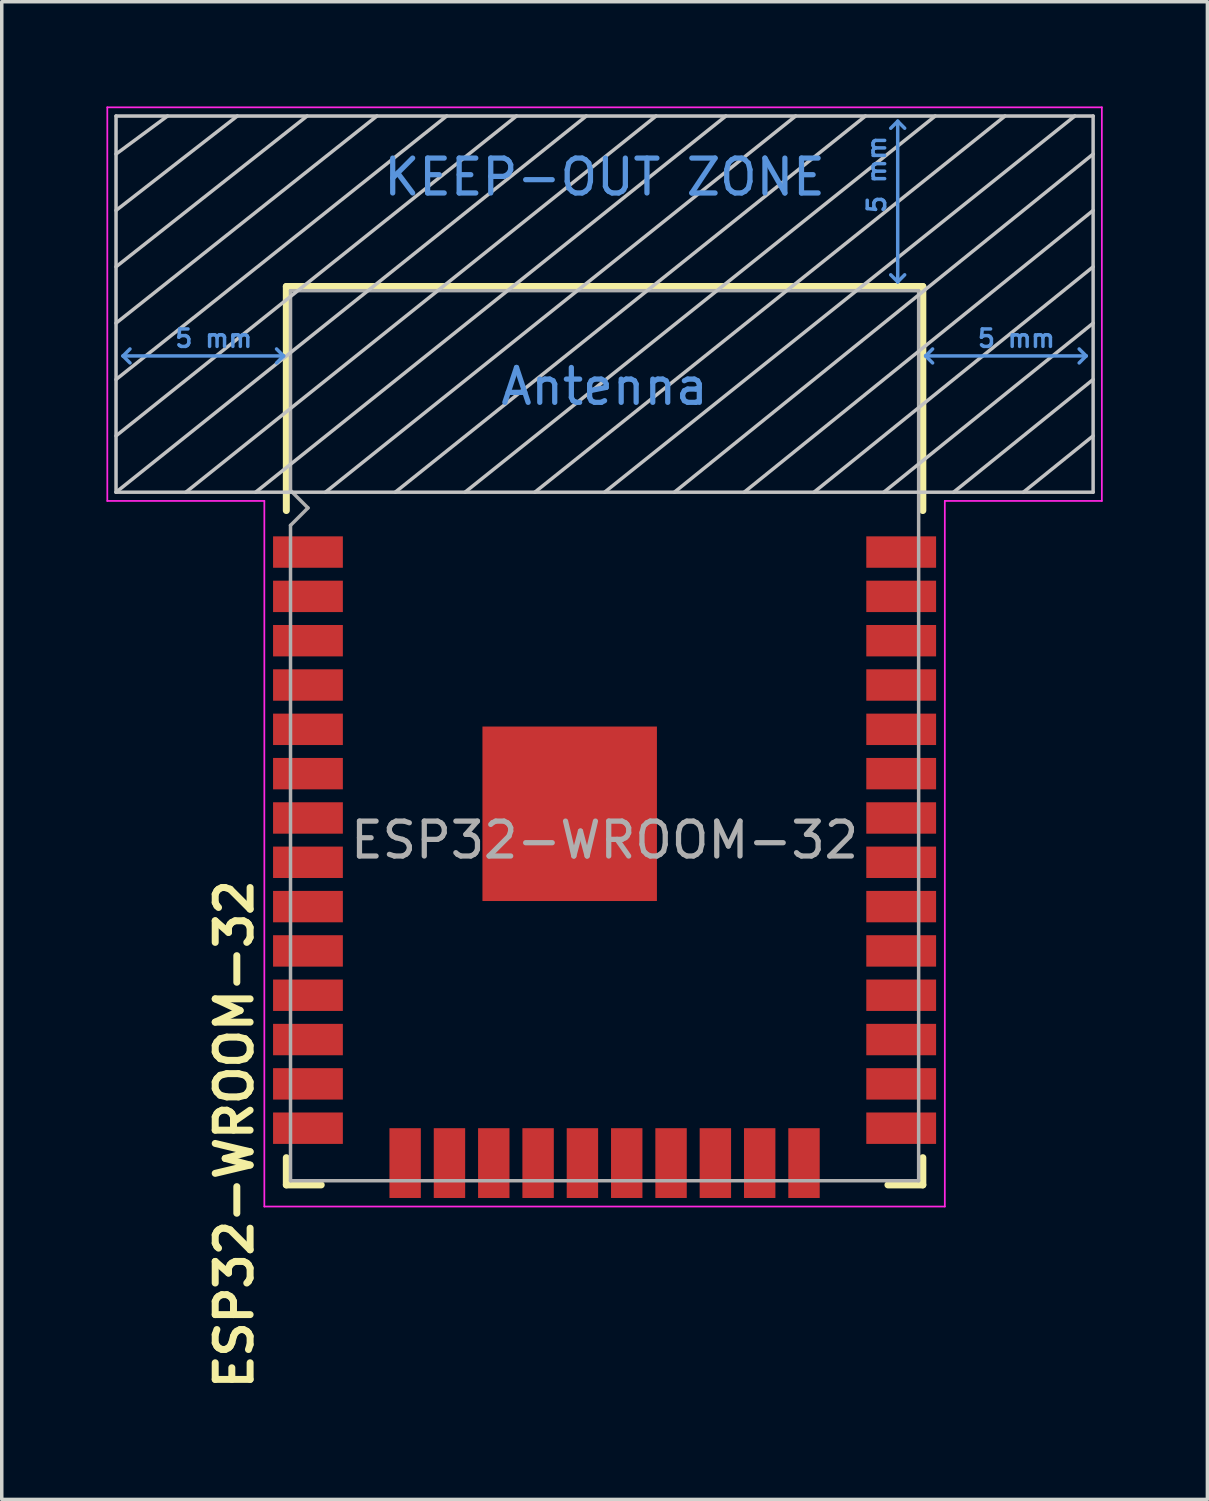
<source format=kicad_pcb>
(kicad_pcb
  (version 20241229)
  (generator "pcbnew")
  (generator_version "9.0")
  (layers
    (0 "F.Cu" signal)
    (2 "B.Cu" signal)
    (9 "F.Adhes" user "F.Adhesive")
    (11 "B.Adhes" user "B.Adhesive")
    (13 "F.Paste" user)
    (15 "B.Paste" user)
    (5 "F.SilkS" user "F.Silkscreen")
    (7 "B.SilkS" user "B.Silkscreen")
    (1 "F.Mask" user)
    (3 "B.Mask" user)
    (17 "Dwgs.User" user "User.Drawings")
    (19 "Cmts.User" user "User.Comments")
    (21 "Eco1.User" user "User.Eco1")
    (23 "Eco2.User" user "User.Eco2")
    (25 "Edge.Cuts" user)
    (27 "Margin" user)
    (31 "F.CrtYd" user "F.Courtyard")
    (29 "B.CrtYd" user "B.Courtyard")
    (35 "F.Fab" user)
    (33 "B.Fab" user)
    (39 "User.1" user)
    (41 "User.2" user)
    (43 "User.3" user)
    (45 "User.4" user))
  (footprint "ESP32-WROOM-32"
    (layer "F.Cu")
    (at 14.275 21.025)
    (property "Reference" "ESP32-WROOM-32" (at -10.61 8.43 90) (layer "F.SilkS") (effects (font (size 1 1) (thickness 0.2))))
    (attr smd)
    (fp_line (start -9.12 -15.865) (end -9.12 -9.445) (stroke (width 0.2) (type solid)) (layer "F.SilkS"))
    (fp_line (start -9.12 -15.865) (end 9.12 -15.865) (stroke (width 0.2) (type solid)) (layer "F.SilkS"))
    (fp_line (start -9.12 9.1) (end -9.12 9.88) (stroke (width 0.2) (type solid)) (layer "F.SilkS"))
    (fp_line (start -9.12 9.88) (end -8.12 9.88) (stroke (width 0.2) (type solid)) (layer "F.SilkS"))
    (fp_line (start 9.12 -15.865) (end 9.12 -9.445) (stroke (width 0.2) (type solid)) (layer "F.SilkS"))
    (fp_line (start 9.12 9.1) (end 9.12 9.88) (stroke (width 0.2) (type solid)) (layer "F.SilkS"))
    (fp_line (start 9.12 9.88) (end 8.12 9.88) (stroke (width 0.2) (type solid)) (layer "F.SilkS"))
    (fp_line (start -14 -9.97) (end -14 -20.75) (stroke (width 0.1) (type solid)) (layer "Dwgs.User"))
    (fp_line (start -12.525 -20.75) (end -14 -19.66) (stroke (width 0.1) (type solid)) (layer "Dwgs.User"))
    (fp_line (start -10.525 -20.75) (end -14 -18.045) (stroke (width 0.1) (type solid)) (layer "Dwgs.User"))
    (fp_line (start -8.525 -20.75) (end -14 -16.43) (stroke (width 0.1) (type solid)) (layer "Dwgs.User"))
    (fp_line (start -8 -9.97) (end 5.475 -20.75) (stroke (width 0.1) (type solid)) (layer "Dwgs.User"))
    (fp_line (start -6.525 -20.75) (end -14 -14.815) (stroke (width 0.1) (type solid)) (layer "Dwgs.User"))
    (fp_line (start -4.525 -20.75) (end -14 -13.2) (stroke (width 0.1) (type solid)) (layer "Dwgs.User"))
    (fp_line (start -2.525 -20.75) (end -14 -11.585) (stroke (width 0.1) (type solid)) (layer "Dwgs.User"))
    (fp_line (start -0.525 -20.75) (end -14 -9.97) (stroke (width 0.1) (type solid)) (layer "Dwgs.User"))
    (fp_line (start 1.475 -20.75) (end -12 -9.97) (stroke (width 0.1) (type solid)) (layer "Dwgs.User"))
    (fp_line (start 3.475 -20.75) (end -10 -9.97) (stroke (width 0.1) (type solid)) (layer "Dwgs.User"))
    (fp_line (start 7.475 -20.75) (end -6 -9.97) (stroke (width 0.1) (type solid)) (layer "Dwgs.User"))
    (fp_line (start 9.475 -20.75) (end -4 -9.97) (stroke (width 0.1) (type solid)) (layer "Dwgs.User"))
    (fp_line (start 11.475 -20.75) (end -2 -9.97) (stroke (width 0.1) (type solid)) (layer "Dwgs.User"))
    (fp_line (start 13.475 -20.75) (end 0 -9.97) (stroke (width 0.1) (type solid)) (layer "Dwgs.User"))
    (fp_line (start 14 -20.75) (end -14 -20.75) (stroke (width 0.1) (type solid)) (layer "Dwgs.User"))
    (fp_line (start 14 -19.66) (end 2 -9.97) (stroke (width 0.1) (type solid)) (layer "Dwgs.User"))
    (fp_line (start 14 -18.045) (end 4 -9.97) (stroke (width 0.1) (type solid)) (layer "Dwgs.User"))
    (fp_line (start 14 -16.43) (end 6 -9.97) (stroke (width 0.1) (type solid)) (layer "Dwgs.User"))
    (fp_line (start 14 -14.815) (end 8 -9.97) (stroke (width 0.1) (type solid)) (layer "Dwgs.User"))
    (fp_line (start 14 -13.2) (end 10 -9.97) (stroke (width 0.1) (type solid)) (layer "Dwgs.User"))
    (fp_line (start 14 -11.585) (end 12 -9.97) (stroke (width 0.1) (type solid)) (layer "Dwgs.User"))
    (fp_line (start 14 -9.97) (end -14 -9.97) (stroke (width 0.1) (type solid)) (layer "Dwgs.User"))
    (fp_line (start 14 -9.97) (end 14 -20.75) (stroke (width 0.1) (type solid)) (layer "Dwgs.User"))
    (fp_line (start -13.8 -13.875) (end -13.6 -14.075) (stroke (width 0.1) (type solid)) (layer "Cmts.User"))
    (fp_line (start -13.8 -13.875) (end -13.6 -13.675) (stroke (width 0.1) (type solid)) (layer "Cmts.User"))
    (fp_line (start -13.8 -13.875) (end -9.2 -13.875) (stroke (width 0.1) (type solid)) (layer "Cmts.User"))
    (fp_line (start -9.2 -13.875) (end -9.4 -14.075) (stroke (width 0.1) (type solid)) (layer "Cmts.User"))
    (fp_line (start -9.2 -13.875) (end -9.4 -13.675) (stroke (width 0.1) (type solid)) (layer "Cmts.User"))
    (fp_line (start 8.4 -20.6) (end 8.2 -20.4) (stroke (width 0.1) (type solid)) (layer "Cmts.User"))
    (fp_line (start 8.4 -20.6) (end 8.6 -20.4) (stroke (width 0.1) (type solid)) (layer "Cmts.User"))
    (fp_line (start 8.4 -16) (end 8.2 -16.2) (stroke (width 0.1) (type solid)) (layer "Cmts.User"))
    (fp_line (start 8.4 -16) (end 8.4 -20.6) (stroke (width 0.1) (type solid)) (layer "Cmts.User"))
    (fp_line (start 8.4 -16) (end 8.6 -16.2) (stroke (width 0.1) (type solid)) (layer "Cmts.User"))
    (fp_line (start 9.2 -13.875) (end 9.4 -14.075) (stroke (width 0.1) (type solid)) (layer "Cmts.User"))
    (fp_line (start 9.2 -13.875) (end 9.4 -13.675) (stroke (width 0.1) (type solid)) (layer "Cmts.User"))
    (fp_line (start 9.2 -13.875) (end 13.8 -13.875) (stroke (width 0.1) (type solid)) (layer "Cmts.User"))
    (fp_line (start 13.8 -13.875) (end 13.6 -14.075) (stroke (width 0.1) (type solid)) (layer "Cmts.User"))
    (fp_line (start 13.8 -13.875) (end 13.6 -13.675) (stroke (width 0.1) (type solid)) (layer "Cmts.User"))
    (fp_line (start -14.25 -21) (end -14.25 -9.72) (stroke (width 0.05) (type solid)) (layer "F.CrtYd"))
    (fp_line (start -14.25 -21) (end 14.25 -21) (stroke (width 0.05) (type solid)) (layer "F.CrtYd"))
    (fp_line (start -14.25 -9.72) (end -9.75 -9.72) (stroke (width 0.05) (type solid)) (layer "F.CrtYd"))
    (fp_line (start -9.75 10.5) (end -9.75 -9.72) (stroke (width 0.05) (type solid)) (layer "F.CrtYd"))
    (fp_line (start -9.75 10.5) (end 9.75 10.5) (stroke (width 0.05) (type solid)) (layer "F.CrtYd"))
    (fp_line (start 9.75 -9.72) (end 9.75 10.5) (stroke (width 0.05) (type solid)) (layer "F.CrtYd"))
    (fp_line (start 9.75 -9.72) (end 14.25 -9.72) (stroke (width 0.05) (type solid)) (layer "F.CrtYd"))
    (fp_line (start 14.25 -21) (end 14.25 -9.72) (stroke (width 0.05) (type solid)) (layer "F.CrtYd"))
    (fp_line (start -9 -15.745) (end -9 -10.02) (stroke (width 0.1) (type solid)) (layer "F.Fab"))
    (fp_line (start -9 -15.745) (end 9 -15.745) (stroke (width 0.1) (type solid)) (layer "F.Fab"))
    (fp_line (start -9 -9.02) (end -9 9.76) (stroke (width 0.1) (type solid)) (layer "F.Fab"))
    (fp_line (start -9 -9.02) (end -8.5 -9.52) (stroke (width 0.1) (type solid)) (layer "F.Fab"))
    (fp_line (start -9 9.76) (end 9 9.76) (stroke (width 0.1) (type solid)) (layer "F.Fab"))
    (fp_line (start -8.5 -9.52) (end -9 -10.02) (stroke (width 0.1) (type solid)) (layer "F.Fab"))
    (fp_line (start 9 9.76) (end 9 -15.745) (stroke (width 0.1) (type solid)) (layer "F.Fab"))
    (fp_text user "5 mm" (at 7.8 -19.075 90) (layer "Cmts.User") (effects (font (size 0.5 0.5) (thickness 0.1))))
    (fp_text user "KEEP-OUT ZONE" (at 0 -19 0) (layer "Cmts.User") (effects (font (size 1 1) (thickness 0.15))))
    (fp_text user "Antenna" (at 0 -13 0) (layer "Cmts.User") (effects (font (size 1 1) (thickness 0.15))))
    (fp_text user "5 mm" (at 11.8 -14.375 0) (layer "Cmts.User") (effects (font (size 0.5 0.5) (thickness 0.1))))
    (fp_text user "5 mm" (at -11.2 -14.375 0) (layer "Cmts.User") (effects (font (size 0.5 0.5) (thickness 0.1))))
    (fp_text user "${REFERENCE}" (at 0 0 0) (layer "F.Fab") (effects (font (size 1 1) (thickness 0.15))))
    (pad "1" smd rect (at -8.5 -8.255) (size 2 0.9) (layers "F.Cu" "F.Mask" "F.Paste"))
    (pad "2" smd rect (at -8.5 -6.985) (size 2 0.9) (layers "F.Cu" "F.Mask" "F.Paste"))
    (pad "3" smd rect (at -8.5 -5.715) (size 2 0.9) (layers "F.Cu" "F.Mask" "F.Paste"))
    (pad "4" smd rect (at -8.5 -4.445) (size 2 0.9) (layers "F.Cu" "F.Mask" "F.Paste"))
    (pad "5" smd rect (at -8.5 -3.175) (size 2 0.9) (layers "F.Cu" "F.Mask" "F.Paste"))
    (pad "6" smd rect (at -8.5 -1.905) (size 2 0.9) (layers "F.Cu" "F.Mask" "F.Paste"))
    (pad "7" smd rect (at -8.5 -0.635) (size 2 0.9) (layers "F.Cu" "F.Mask" "F.Paste"))
    (pad "8" smd rect (at -8.5 0.635) (size 2 0.9) (layers "F.Cu" "F.Mask" "F.Paste"))
    (pad "9" smd rect (at -8.5 1.905) (size 2 0.9) (layers "F.Cu" "F.Mask" "F.Paste"))
    (pad "10" smd rect (at -8.5 3.175) (size 2 0.9) (layers "F.Cu" "F.Mask" "F.Paste"))
    (pad "11" smd rect (at -8.5 4.445) (size 2 0.9) (layers "F.Cu" "F.Mask" "F.Paste"))
    (pad "12" smd rect (at -8.5 5.715) (size 2 0.9) (layers "F.Cu" "F.Mask" "F.Paste"))
    (pad "13" smd rect (at -8.5 6.985) (size 2 0.9) (layers "F.Cu" "F.Mask" "F.Paste"))
    (pad "14" smd rect (at -8.5 8.255) (size 2 0.9) (layers "F.Cu" "F.Mask" "F.Paste"))
    (pad "15" smd rect (at -5.715 9.255 90) (size 2 0.9) (layers "F.Cu" "F.Mask" "F.Paste"))
    (pad "16" smd rect (at -4.445 9.255 90) (size 2 0.9) (layers "F.Cu" "F.Mask" "F.Paste"))
    (pad "17" smd rect (at -3.175 9.255 90) (size 2 0.9) (layers "F.Cu" "F.Mask" "F.Paste"))
    (pad "18" smd rect (at -1.905 9.255 90) (size 2 0.9) (layers "F.Cu" "F.Mask" "F.Paste"))
    (pad "19" smd rect (at -0.635 9.255 90) (size 2 0.9) (layers "F.Cu" "F.Mask" "F.Paste"))
    (pad "20" smd rect (at 0.635 9.255 90) (size 2 0.9) (layers "F.Cu" "F.Mask" "F.Paste"))
    (pad "21" smd rect (at 1.905 9.255 90) (size 2 0.9) (layers "F.Cu" "F.Mask" "F.Paste"))
    (pad "22" smd rect (at 3.175 9.255 90) (size 2 0.9) (layers "F.Cu" "F.Mask" "F.Paste"))
    (pad "23" smd rect (at 4.445 9.255 90) (size 2 0.9) (layers "F.Cu" "F.Mask" "F.Paste"))
    (pad "24" smd rect (at 5.715 9.255 90) (size 2 0.9) (layers "F.Cu" "F.Mask" "F.Paste"))
    (pad "25" smd rect (at 8.5 8.255) (size 2 0.9) (layers "F.Cu" "F.Mask" "F.Paste"))
    (pad "26" smd rect (at 8.5 6.985) (size 2 0.9) (layers "F.Cu" "F.Mask" "F.Paste"))
    (pad "27" smd rect (at 8.5 5.715) (size 2 0.9) (layers "F.Cu" "F.Mask" "F.Paste"))
    (pad "28" smd rect (at 8.5 4.445) (size 2 0.9) (layers "F.Cu" "F.Mask" "F.Paste"))
    (pad "29" smd rect (at 8.5 3.175) (size 2 0.9) (layers "F.Cu" "F.Mask" "F.Paste"))
    (pad "30" smd rect (at 8.5 1.905) (size 2 0.9) (layers "F.Cu" "F.Mask" "F.Paste"))
    (pad "31" smd rect (at 8.5 0.635) (size 2 0.9) (layers "F.Cu" "F.Mask" "F.Paste"))
    (pad "32" smd rect (at 8.5 -0.635) (size 2 0.9) (layers "F.Cu" "F.Mask" "F.Paste"))
    (pad "33" smd rect (at 8.5 -1.905) (size 2 0.9) (layers "F.Cu" "F.Mask" "F.Paste"))
    (pad "34" smd rect (at 8.5 -3.175) (size 2 0.9) (layers "F.Cu" "F.Mask" "F.Paste"))
    (pad "35" smd rect (at 8.5 -4.445) (size 2 0.9) (layers "F.Cu" "F.Mask" "F.Paste"))
    (pad "36" smd rect (at 8.5 -5.715) (size 2 0.9) (layers "F.Cu" "F.Mask" "F.Paste"))
    (pad "37" smd rect (at 8.5 -6.985) (size 2 0.9) (layers "F.Cu" "F.Mask" "F.Paste"))
    (pad "38" smd rect (at 8.5 -8.255) (size 2 0.9) (layers "F.Cu" "F.Mask" "F.Paste"))
    (pad "39" smd rect (at -1 -0.755) (size 5 5) (layers "F.Cu" "F.Mask" "F.Paste")))
  (gr_rect
    (start -3 -3)
    (end 31.55 39.917)
    (stroke (width 0.1) (type default))
    (fill no)
    (layer "Edge.Cuts")))
</source>
